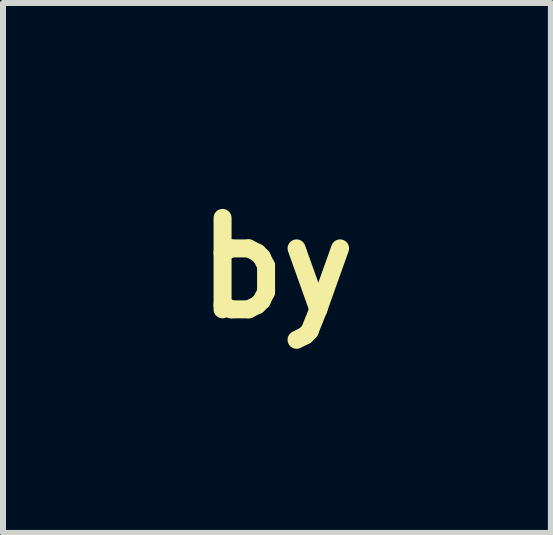
<source format=kicad_pcb>
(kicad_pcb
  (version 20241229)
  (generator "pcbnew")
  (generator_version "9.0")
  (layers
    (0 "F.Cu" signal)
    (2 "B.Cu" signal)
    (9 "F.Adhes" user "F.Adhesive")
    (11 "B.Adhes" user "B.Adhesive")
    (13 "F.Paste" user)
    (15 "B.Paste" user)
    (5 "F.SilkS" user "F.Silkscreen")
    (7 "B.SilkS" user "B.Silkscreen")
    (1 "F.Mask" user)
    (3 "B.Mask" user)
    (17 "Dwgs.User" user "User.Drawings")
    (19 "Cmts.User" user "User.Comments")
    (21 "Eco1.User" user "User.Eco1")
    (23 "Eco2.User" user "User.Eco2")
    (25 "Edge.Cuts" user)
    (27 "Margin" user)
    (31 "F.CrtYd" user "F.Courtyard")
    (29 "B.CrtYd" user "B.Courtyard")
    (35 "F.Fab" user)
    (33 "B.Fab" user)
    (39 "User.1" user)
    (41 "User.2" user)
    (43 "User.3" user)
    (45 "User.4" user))
  (footprint "by"
    (layer "F.Cu")
    (at 1.568 1.418)
    (property "Reference" "by" (at 0 0 0) (layer "F.SilkS") (effects (font (size 1.524 1.524) (thickness 0.3))))
    (attr through_hole)
    (fp_poly (pts (xy 0.827 -0.24) (xy 0.898 -0.226) (xy 0.771 0.02) (xy 0.699 0.167) (xy 0.656 0.277) (xy 0.64 0.354) (xy 0.653 0.398) (xy 0.695 0.41) (xy 0.766 0.393) (xy 0.854 0.353) (xy 0.914 0.321) (xy 0.958 0.288) (xy 0.995 0.246) (xy 1.034 0.183) (xy 1.083 0.089) (xy 1.088 0.079) (xy 1.134 -0.012) (xy 1.172 -0.091) (xy 1.197 -0.145) (xy 1.205 -0.162) (xy 1.223 -0.181) (xy 1.266 -0.179) (xy 1.292 -0.172) (xy 1.369 -0.15) (xy 1.217 0.144) (xy 1.165 0.249) (xy 1.123 0.337) (xy 1.095 0.401) (xy 1.084 0.435) (xy 1.085 0.439) (xy 1.117 0.423) (xy 1.172 0.383) (xy 1.241 0.325) (xy 1.316 0.257) (xy 1.386 0.186) (xy 1.404 0.166) (xy 1.451 0.119) (xy 1.479 0.096) (xy 1.482 0.104) (xy 1.481 0.105) (xy 1.452 0.145) (xy 1.398 0.204) (xy 1.328 0.275) (xy 1.252 0.347) (xy 1.177 0.414) (xy 1.115 0.465) (xy 1.073 0.493) (xy 1.068 0.494) (xy 1.037 0.519) (xy 0.989 0.573) (xy 0.931 0.648) (xy 0.893 0.701) (xy 0.76 0.879) (xy 0.625 1.021) (xy 0.492 1.128) (xy 0.363 1.196) (xy 0.242 1.223) (xy 0.131 1.21) (xy 0.092 1.194) (xy 0.056 1.168) (xy 0.04 1.131) (xy 0.036 1.065) (xy 0.036 1.055) (xy 0.036 1.054) (xy 0.069 1.054) (xy 0.074 1.109) (xy 0.085 1.139) (xy 0.13 1.155) (xy 0.2 1.149) (xy 0.281 1.124) (xy 0.348 1.089) (xy 0.422 1.034) (xy 0.502 0.962) (xy 0.55 0.912) (xy 0.608 0.843) (xy 0.667 0.768) (xy 0.722 0.696) (xy 0.766 0.634) (xy 0.793 0.592) (xy 0.797 0.577) (xy 0.772 0.585) (xy 0.713 0.607) (xy 0.63 0.639) (xy 0.537 0.675) (xy 0.369 0.75) (xy 0.236 0.83) (xy 0.139 0.912) (xy 0.083 0.993) (xy 0.069 1.054) (xy 0.036 1.054) (xy 0.048 0.972) (xy 0.085 0.896) (xy 0.151 0.826) (xy 0.249 0.757) (xy 0.384 0.687) (xy 0.559 0.612) (xy 0.589 0.601) (xy 0.741 0.535) (xy 0.847 0.477) (xy 0.908 0.425) (xy 0.923 0.389) (xy 0.906 0.388) (xy 0.862 0.405) (xy 0.849 0.411) (xy 0.775 0.436) (xy 0.69 0.449) (xy 0.676 0.45) (xy 0.584 0.436) (xy 0.526 0.394) (xy 0.503 0.322) (xy 0.516 0.221) (xy 0.563 0.09) (xy 0.6 0.012) (xy 0.657 -0.098) (xy 0.699 -0.172) (xy 0.731 -0.218) (xy 0.76 -0.24) (xy 0.791 -0.245) (xy 0.827 -0.24)) (stroke (width 0.01) (type solid)) (fill yes) (layer "F.Mask"))
    (fp_poly (pts (xy -0.213 -1.167) (xy -0.053 -1.117) (xy 0.082 -1.035) (xy 0.098 -1.022) (xy 0.123 -1.005) (xy 0.154 -1.002) (xy 0.201 -1.016) (xy 0.278 -1.049) (xy 0.283 -1.051) (xy 0.412 -1.097) (xy 0.542 -1.118) (xy 0.658 -1.115) (xy 0.751 -1.087) (xy 0.766 -1.078) (xy 0.837 -1.004) (xy 0.887 -0.894) (xy 0.912 -0.77) (xy 0.916 -0.715) (xy 0.914 -0.695) (xy 0.911 -0.704) (xy 0.898 -0.756) (xy 0.879 -0.827) (xy 0.874 -0.847) (xy 0.841 -0.926) (xy 0.791 -0.998) (xy 0.781 -1.008) (xy 0.737 -1.045) (xy 0.691 -1.065) (xy 0.628 -1.072) (xy 0.57 -1.072) (xy 0.456 -1.063) (xy 0.357 -1.033) (xy 0.304 -1.007) (xy 0.236 -0.971) (xy 0.204 -0.947) (xy 0.2 -0.926) (xy 0.216 -0.904) (xy 0.265 -0.829) (xy 0.303 -0.732) (xy 0.322 -0.637) (xy 0.323 -0.618) (xy 0.312 -0.554) (xy 0.286 -0.486) (xy 0.251 -0.428) (xy 0.215 -0.395) (xy 0.204 -0.393) (xy 0.203 -0.379) (xy 0.23 -0.344) (xy 0.259 -0.316) (xy 0.337 -0.216) (xy 0.376 -0.096) (xy 0.374 0.037) (xy 0.333 0.178) (xy 0.276 0.287) (xy 0.186 0.396) (xy 0.077 0.476) (xy -0.042 0.526) (xy -0.165 0.545) (xy -0.282 0.532) (xy -0.386 0.484) (xy -0.47 0.402) (xy -0.474 0.397) (xy -0.518 0.297) (xy -0.534 0.179) (xy -0.523 0.061) (xy -0.484 -0.04) (xy -0.479 -0.048) (xy -0.41 -0.121) (xy -0.328 -0.164) (xy -0.243 -0.177) (xy -0.164 -0.163) (xy -0.1 -0.122) (xy -0.059 -0.055) (xy -0.05 0.017) (xy -0.054 0.104) (xy -0.063 0.018) (xy -0.09 -0.067) (xy -0.146 -0.119) (xy -0.225 -0.137) (xy -0.318 -0.117) (xy -0.347 -0.104) (xy -0.423 -0.041) (xy -0.468 0.045) (xy -0.483 0.144) (xy -0.469 0.245) (xy -0.426 0.337) (xy -0.354 0.409) (xy -0.325 0.426) (xy -0.219 0.458) (xy -0.111 0.447) (xy -0.007 0.399) (xy 0.085 0.316) (xy 0.16 0.203) (xy 0.196 0.115) (xy 0.224 -0.016) (xy 0.217 -0.135) (xy 0.178 -0.234) (xy 0.11 -0.306) (xy 0.051 -0.336) (xy -0.014 -0.361) (xy -0.036 -0.38) (xy -0.014 -0.391) (xy 0.02 -0.393) (xy 0.099 -0.412) (xy 0.164 -0.463) (xy 0.202 -0.533) (xy 0.207 -0.57) (xy 0.199 -0.625) (xy 0.178 -0.693) (xy 0.15 -0.759) (xy 0.122 -0.81) (xy 0.099 -0.831) (xy 0.098 -0.831) (xy 0.065 -0.813) (xy 0.009 -0.758) (xy -0.068 -0.672) (xy -0.164 -0.555) (xy -0.277 -0.411) (xy -0.353 -0.31) (xy -0.508 -0.107) (xy -0.645 0.06) (xy -0.767 0.195) (xy -0.878 0.301) (xy -0.983 0.382) (xy -1.086 0.443) (xy -1.19 0.487) (xy -1.201 0.491) (xy -1.305 0.521) (xy -1.394 0.54) (xy -1.458 0.546) (xy -1.485 0.539) (xy -1.497 0.506) (xy -1.501 0.461) (xy -1.496 0.421) (xy -1.473 0.399) (xy -1.42 0.386) (xy -1.398 0.382) (xy -1.27 0.351) (xy -1.141 0.292) (xy -1.007 0.203) (xy -0.864 0.081) (xy -0.709 -0.077) (xy -0.537 -0.273) (xy -0.526 -0.286) (xy -0.43 -0.4) (xy -0.328 -0.517) (xy -0.231 -0.625) (xy -0.149 -0.713) (xy -0.131 -0.732) (xy -0.052 -0.815) (xy -0.007 -0.874) (xy 0.005 -0.918) (xy -0.019 -0.954) (xy -0.079 -0.993) (xy -0.158 -1.033) (xy -0.224 -1.063) (xy -0.283 -1.082) (xy -0.349 -1.092) (xy -0.437 -1.095) (xy -0.52 -1.095) (xy -0.646 -1.092) (xy -0.743 -1.082) (xy -0.824 -1.062) (xy -0.883 -1.042) (xy -1.067 -0.95) (xy -1.219 -0.834) (xy -1.336 -0.698) (xy -1.413 -0.545) (xy -1.434 -0.474) (xy -1.448 -0.396) (xy -1.447 -0.34) (xy -1.428 -0.286) (xy -1.417 -0.262) (xy -1.355 -0.181) (xy -1.263 -0.117) (xy -1.155 -0.077) (xy -1.084 -0.069) (xy -0.942 -0.086) (xy -0.805 -0.133) (xy -0.686 -0.204) (xy -0.594 -0.293) (xy -0.559 -0.35) (xy -0.531 -0.402) (xy -0.513 -0.424) (xy -0.509 -0.42) (xy -0.518 -0.379) (xy -0.541 -0.328) (xy -0.618 -0.223) (xy -0.722 -0.14) (xy -0.845 -0.081) (xy -0.979 -0.047) (xy -1.113 -0.04) (xy -1.241 -0.06) (xy -1.352 -0.109) (xy -1.439 -0.189) (xy -1.442 -0.192) (xy -1.483 -0.286) (xy -1.491 -0.4) (xy -1.467 -0.525) (xy -1.415 -0.654) (xy -1.336 -0.777) (xy -1.265 -0.857) (xy -1.115 -0.977) (xy -0.946 -1.071) (xy -0.763 -1.137) (xy -0.575 -1.176) (xy -0.389 -1.187) (xy -0.213 -1.167)) (stroke (width 0.01) (type solid)) (fill yes) (layer "F.Mask")))
  (gr_rect
    (start -3 -3)
    (end 6.135 5.836)
    (stroke (width 0.1) (type default))
    (fill no)
    (layer "Edge.Cuts")))
</source>
